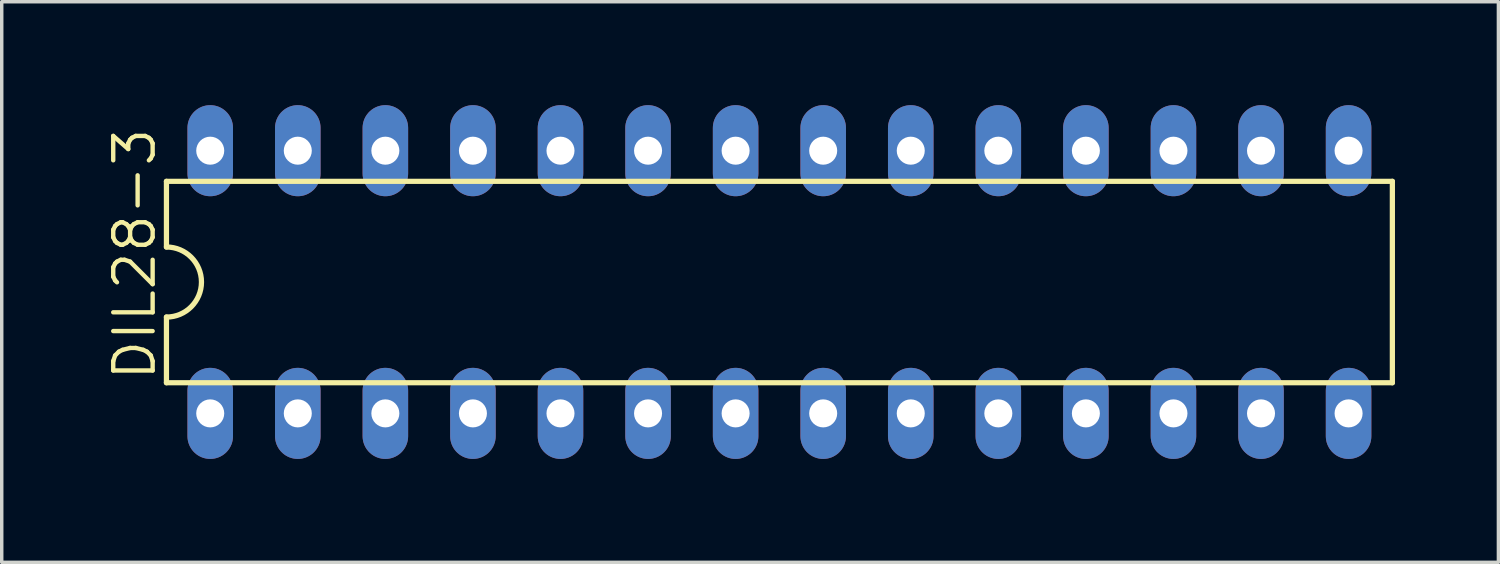
<source format=kicad_pcb>
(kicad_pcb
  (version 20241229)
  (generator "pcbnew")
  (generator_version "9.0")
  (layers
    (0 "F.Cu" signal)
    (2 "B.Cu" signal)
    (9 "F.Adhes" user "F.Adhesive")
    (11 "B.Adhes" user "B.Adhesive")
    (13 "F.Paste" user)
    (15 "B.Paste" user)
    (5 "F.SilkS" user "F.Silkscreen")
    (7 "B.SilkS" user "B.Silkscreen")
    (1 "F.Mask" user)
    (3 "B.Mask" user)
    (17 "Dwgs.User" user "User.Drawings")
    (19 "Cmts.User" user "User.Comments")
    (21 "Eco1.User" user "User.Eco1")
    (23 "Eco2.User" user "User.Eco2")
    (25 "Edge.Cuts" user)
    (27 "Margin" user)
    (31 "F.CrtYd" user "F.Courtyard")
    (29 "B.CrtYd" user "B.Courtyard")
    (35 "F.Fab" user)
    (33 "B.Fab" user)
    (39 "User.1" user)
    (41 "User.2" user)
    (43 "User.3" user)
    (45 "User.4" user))
  (footprint "DIL28-3"
    (layer "F.Cu")
    (at 19.558 5.131)
    (property "Reference" "DIL28-3" (at -18.034 2.921 90) (layer "F.SilkS") (effects (font (size 1.143 1.143) (thickness 0.127)) (justify left bottom)))
    (fp_line (start -17.78 -2.921) (end -17.78 -1.016) (stroke (width 0.152) (type solid)) (layer "F.SilkS"))
    (fp_line (start -17.78 2.921) (end -17.78 1.016) (stroke (width 0.152) (type solid)) (layer "F.SilkS"))
    (fp_line (start -17.78 2.921) (end 17.78 2.921) (stroke (width 0.152) (type solid)) (layer "F.SilkS"))
    (fp_line (start 17.78 -2.921) (end -17.78 -2.921) (stroke (width 0.152) (type solid)) (layer "F.SilkS"))
    (fp_line (start 17.78 -2.921) (end 17.78 2.921) (stroke (width 0.152) (type solid)) (layer "F.SilkS"))
    (fp_arc (start -17.78 -1.016) (mid -16.764 0) (end -17.78 1.016) (stroke (width 0.1524) (type solid)) (layer "F.SilkS"))
    (pad "1" thru_hole oval (at -16.51 3.81 90) (size 2.642 1.321) (drill 0.813) (layers "*.Cu" "*.Mask"))
    (pad "2" thru_hole oval (at -13.97 3.81 90) (size 2.642 1.321) (drill 0.813) (layers "*.Cu" "*.Mask"))
    (pad "3" thru_hole oval (at -11.43 3.81 90) (size 2.642 1.321) (drill 0.813) (layers "*.Cu" "*.Mask"))
    (pad "4" thru_hole oval (at -8.89 3.81 90) (size 2.642 1.321) (drill 0.813) (layers "*.Cu" "*.Mask"))
    (pad "5" thru_hole oval (at -6.35 3.81 90) (size 2.642 1.321) (drill 0.813) (layers "*.Cu" "*.Mask"))
    (pad "6" thru_hole oval (at -3.81 3.81 90) (size 2.642 1.321) (drill 0.813) (layers "*.Cu" "*.Mask"))
    (pad "7" thru_hole oval (at -1.27 3.81 90) (size 2.642 1.321) (drill 0.813) (layers "*.Cu" "*.Mask"))
    (pad "8" thru_hole oval (at 1.27 3.81 90) (size 2.642 1.321) (drill 0.813) (layers "*.Cu" "*.Mask"))
    (pad "9" thru_hole oval (at 3.81 3.81 90) (size 2.642 1.321) (drill 0.813) (layers "*.Cu" "*.Mask"))
    (pad "10" thru_hole oval (at 6.35 3.81 90) (size 2.642 1.321) (drill 0.813) (layers "*.Cu" "*.Mask"))
    (pad "11" thru_hole oval (at 8.89 3.81 90) (size 2.642 1.321) (drill 0.813) (layers "*.Cu" "*.Mask"))
    (pad "12" thru_hole oval (at 11.43 3.81 90) (size 2.642 1.321) (drill 0.813) (layers "*.Cu" "*.Mask"))
    (pad "13" thru_hole oval (at 13.97 3.81 90) (size 2.642 1.321) (drill 0.813) (layers "*.Cu" "*.Mask"))
    (pad "14" thru_hole oval (at 16.51 3.81 90) (size 2.642 1.321) (drill 0.813) (layers "*.Cu" "*.Mask"))
    (pad "15" thru_hole oval (at 16.51 -3.81 90) (size 2.642 1.321) (drill 0.813) (layers "*.Cu" "*.Mask"))
    (pad "16" thru_hole oval (at 13.97 -3.81 90) (size 2.642 1.321) (drill 0.813) (layers "*.Cu" "*.Mask"))
    (pad "17" thru_hole oval (at 11.43 -3.81 90) (size 2.642 1.321) (drill 0.813) (layers "*.Cu" "*.Mask"))
    (pad "18" thru_hole oval (at 8.89 -3.81 90) (size 2.642 1.321) (drill 0.813) (layers "*.Cu" "*.Mask"))
    (pad "19" thru_hole oval (at 6.35 -3.81 90) (size 2.642 1.321) (drill 0.813) (layers "*.Cu" "*.Mask"))
    (pad "20" thru_hole oval (at 3.81 -3.81 90) (size 2.642 1.321) (drill 0.813) (layers "*.Cu" "*.Mask"))
    (pad "21" thru_hole oval (at 1.27 -3.81 90) (size 2.642 1.321) (drill 0.813) (layers "*.Cu" "*.Mask"))
    (pad "22" thru_hole oval (at -1.27 -3.81 90) (size 2.642 1.321) (drill 0.813) (layers "*.Cu" "*.Mask"))
    (pad "23" thru_hole oval (at -3.81 -3.81 90) (size 2.642 1.321) (drill 0.813) (layers "*.Cu" "*.Mask"))
    (pad "24" thru_hole oval (at -6.35 -3.81 90) (size 2.642 1.321) (drill 0.813) (layers "*.Cu" "*.Mask"))
    (pad "25" thru_hole oval (at -8.89 -3.81 90) (size 2.642 1.321) (drill 0.813) (layers "*.Cu" "*.Mask"))
    (pad "26" thru_hole oval (at -11.43 -3.81 90) (size 2.642 1.321) (drill 0.813) (layers "*.Cu" "*.Mask"))
    (pad "27" thru_hole oval (at -13.97 -3.81 90) (size 2.642 1.321) (drill 0.813) (layers "*.Cu" "*.Mask"))
    (pad "28" thru_hole oval (at -16.51 -3.81 90) (size 2.642 1.321) (drill 0.813) (layers "*.Cu" "*.Mask")))
  (gr_rect
    (start -3 -3)
    (end 40.414 13.262)
    (stroke (width 0.1) (type default))
    (fill no)
    (layer "Edge.Cuts")))
</source>
